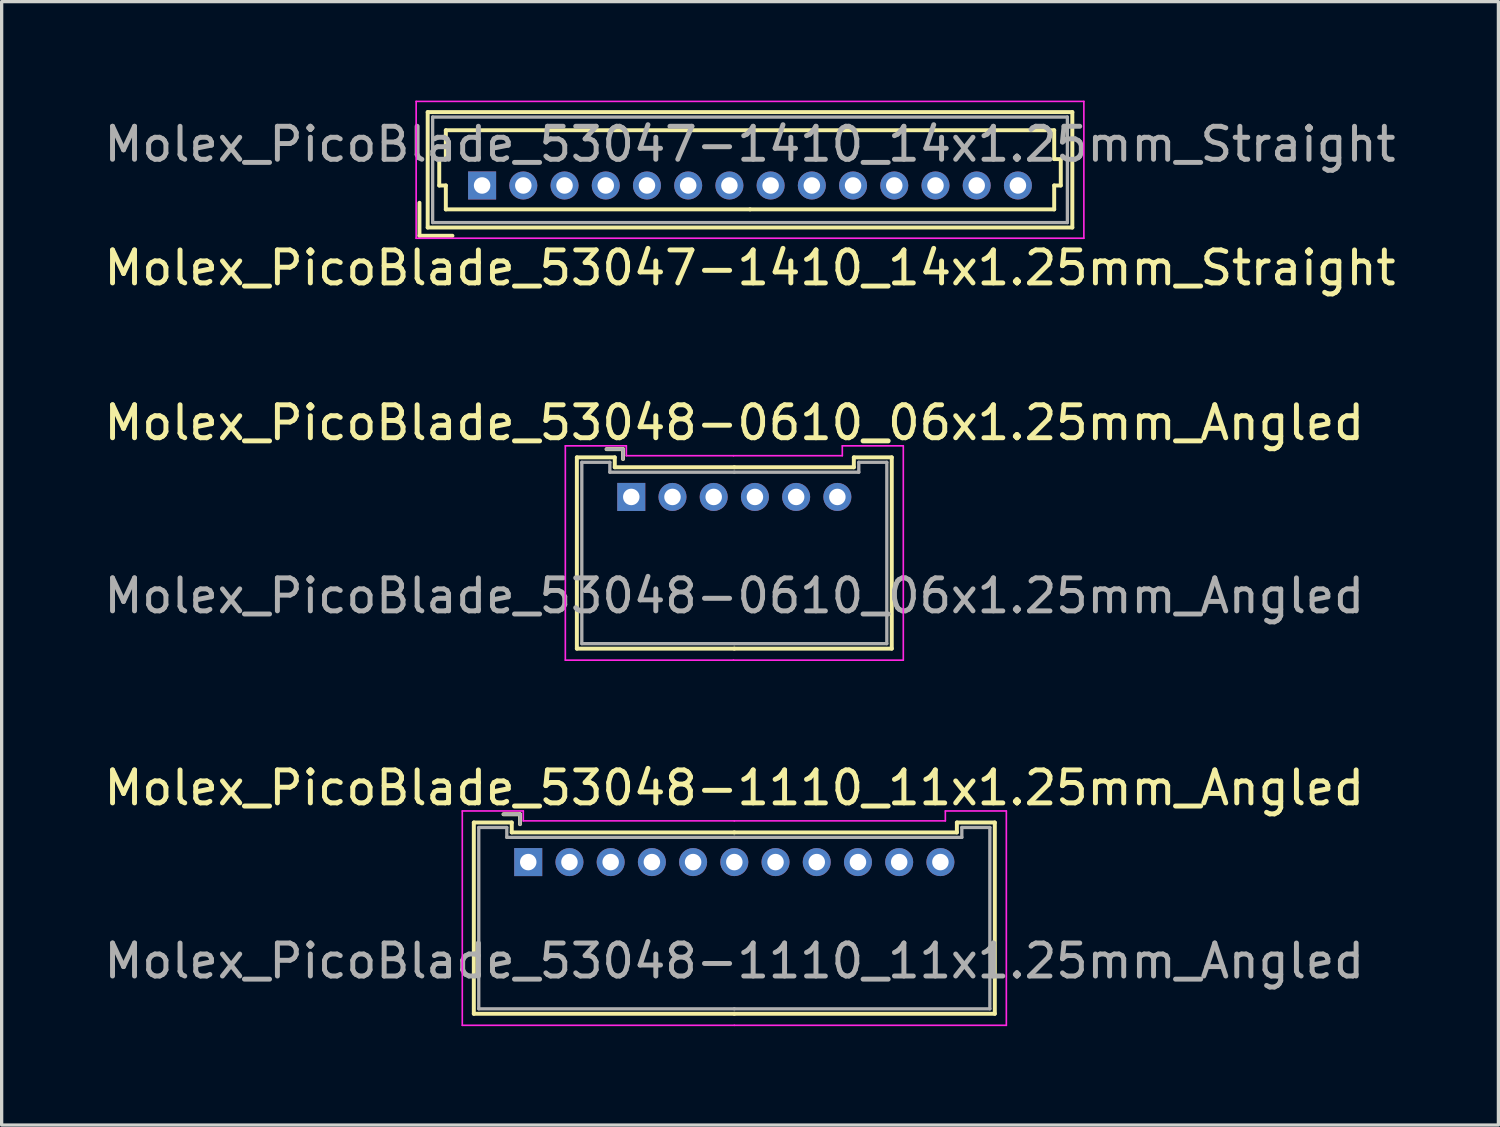
<source format=kicad_pcb>
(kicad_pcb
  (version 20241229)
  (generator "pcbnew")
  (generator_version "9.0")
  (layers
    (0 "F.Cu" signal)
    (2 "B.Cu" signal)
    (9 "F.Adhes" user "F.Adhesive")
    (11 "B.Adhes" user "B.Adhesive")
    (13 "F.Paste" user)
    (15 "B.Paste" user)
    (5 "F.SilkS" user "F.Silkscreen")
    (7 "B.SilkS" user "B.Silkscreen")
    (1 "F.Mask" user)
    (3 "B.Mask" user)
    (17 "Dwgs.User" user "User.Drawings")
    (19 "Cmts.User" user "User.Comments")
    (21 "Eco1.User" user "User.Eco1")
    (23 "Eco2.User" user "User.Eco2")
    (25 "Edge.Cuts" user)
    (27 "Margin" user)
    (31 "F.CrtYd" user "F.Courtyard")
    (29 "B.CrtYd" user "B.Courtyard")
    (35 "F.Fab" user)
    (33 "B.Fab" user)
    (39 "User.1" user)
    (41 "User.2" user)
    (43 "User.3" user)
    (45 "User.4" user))
  (footprint "Molex_PicoBlade_53048-1110_11x1.25mm_Angled"
    (layer "F.Cu")
    (at 12.97 23.095)
    (property "Reference" "Molex_PicoBlade_53048-1110_11x1.25mm_Angled" (at 6.25 -2.25 0) (layer "F.SilkS") (effects (font (size 1 1) (thickness 0.15))))
    (attr through_hole)
    (fp_line (start -1.65 -1.2) (end -1.65 4.6) (stroke (width 0.12) (type solid)) (layer "F.SilkS"))
    (fp_line (start -1.65 4.6) (end 6.25 4.6) (stroke (width 0.12) (type solid)) (layer "F.SilkS"))
    (fp_line (start -0.5 -1.2) (end -1.65 -1.2) (stroke (width 0.12) (type solid)) (layer "F.SilkS"))
    (fp_line (start -0.5 -0.9) (end -0.5 -1.2) (stroke (width 0.12) (type solid)) (layer "F.SilkS"))
    (fp_line (start -0.25 -1.45) (end -0.75 -1.45) (stroke (width 0.12) (type solid)) (layer "F.SilkS"))
    (fp_line (start -0.25 -1.15) (end -0.25 -1.45) (stroke (width 0.12) (type solid)) (layer "F.SilkS"))
    (fp_line (start 6.25 -0.9) (end -0.5 -0.9) (stroke (width 0.12) (type solid)) (layer "F.SilkS"))
    (fp_line (start 6.25 -0.9) (end 13 -0.9) (stroke (width 0.12) (type solid)) (layer "F.SilkS"))
    (fp_line (start 13 -1.2) (end 14.15 -1.2) (stroke (width 0.12) (type solid)) (layer "F.SilkS"))
    (fp_line (start 13 -0.9) (end 13 -1.2) (stroke (width 0.12) (type solid)) (layer "F.SilkS"))
    (fp_line (start 14.15 -1.2) (end 14.15 4.6) (stroke (width 0.12) (type solid)) (layer "F.SilkS"))
    (fp_line (start 14.15 4.6) (end 6.25 4.6) (stroke (width 0.12) (type solid)) (layer "F.SilkS"))
    (fp_line (start -2 -1.55) (end -2 4.95) (stroke (width 0.05) (type solid)) (layer "F.CrtYd"))
    (fp_line (start -2 4.95) (end 6.25 4.95) (stroke (width 0.05) (type solid)) (layer "F.CrtYd"))
    (fp_line (start -0.15 -1.55) (end -2 -1.55) (stroke (width 0.05) (type solid)) (layer "F.CrtYd"))
    (fp_line (start -0.15 -1.25) (end -0.15 -1.55) (stroke (width 0.05) (type solid)) (layer "F.CrtYd"))
    (fp_line (start 6.25 -1.25) (end -0.15 -1.25) (stroke (width 0.05) (type solid)) (layer "F.CrtYd"))
    (fp_line (start 6.25 -1.25) (end 12.65 -1.25) (stroke (width 0.05) (type solid)) (layer "F.CrtYd"))
    (fp_line (start 12.65 -1.55) (end 14.5 -1.55) (stroke (width 0.05) (type solid)) (layer "F.CrtYd"))
    (fp_line (start 12.65 -1.25) (end 12.65 -1.55) (stroke (width 0.05) (type solid)) (layer "F.CrtYd"))
    (fp_line (start 14.5 -1.55) (end 14.5 4.95) (stroke (width 0.05) (type solid)) (layer "F.CrtYd"))
    (fp_line (start 14.5 4.95) (end 6.25 4.95) (stroke (width 0.05) (type solid)) (layer "F.CrtYd"))
    (fp_line (start -1.5 -1.05) (end -1.5 4.45) (stroke (width 0.1) (type solid)) (layer "F.Fab"))
    (fp_line (start -1.5 4.45) (end 6.25 4.45) (stroke (width 0.1) (type solid)) (layer "F.Fab"))
    (fp_line (start -0.65 -1.05) (end -1.5 -1.05) (stroke (width 0.1) (type solid)) (layer "F.Fab"))
    (fp_line (start -0.65 -0.75) (end -0.65 -1.05) (stroke (width 0.1) (type solid)) (layer "F.Fab"))
    (fp_line (start -0.25 -1.45) (end -0.75 -1.45) (stroke (width 0.1) (type solid)) (layer "F.Fab"))
    (fp_line (start -0.25 -1.15) (end -0.25 -1.45) (stroke (width 0.1) (type solid)) (layer "F.Fab"))
    (fp_line (start 6.25 -0.75) (end -0.65 -0.75) (stroke (width 0.1) (type solid)) (layer "F.Fab"))
    (fp_line (start 6.25 -0.75) (end 13.15 -0.75) (stroke (width 0.1) (type solid)) (layer "F.Fab"))
    (fp_line (start 13.15 -1.05) (end 14 -1.05) (stroke (width 0.1) (type solid)) (layer "F.Fab"))
    (fp_line (start 13.15 -0.75) (end 13.15 -1.05) (stroke (width 0.1) (type solid)) (layer "F.Fab"))
    (fp_line (start 14 -1.05) (end 14 4.45) (stroke (width 0.1) (type solid)) (layer "F.Fab"))
    (fp_line (start 14 4.45) (end 6.25 4.45) (stroke (width 0.1) (type solid)) (layer "F.Fab"))
    (fp_text user "${REFERENCE}" (at 6.25 3 0) (layer "F.Fab") (effects (font (size 1 1) (thickness 0.15))))
    (pad "1" thru_hole rect (at 0 0) (size 0.85 0.85) (drill 0.5) (layers "*.Cu" "*.Mask"))
    (pad "2" thru_hole circle (at 1.25 0) (size 0.85 0.85) (drill 0.5) (layers "*.Cu" "*.Mask"))
    (pad "3" thru_hole circle (at 2.5 0) (size 0.85 0.85) (drill 0.5) (layers "*.Cu" "*.Mask"))
    (pad "4" thru_hole circle (at 3.75 0) (size 0.85 0.85) (drill 0.5) (layers "*.Cu" "*.Mask"))
    (pad "5" thru_hole circle (at 5 0) (size 0.85 0.85) (drill 0.5) (layers "*.Cu" "*.Mask"))
    (pad "6" thru_hole circle (at 6.25 0) (size 0.85 0.85) (drill 0.5) (layers "*.Cu" "*.Mask"))
    (pad "7" thru_hole circle (at 7.5 0) (size 0.85 0.85) (drill 0.5) (layers "*.Cu" "*.Mask"))
    (pad "8" thru_hole circle (at 8.75 0) (size 0.85 0.85) (drill 0.5) (layers "*.Cu" "*.Mask"))
    (pad "9" thru_hole circle (at 10 0) (size 0.85 0.85) (drill 0.5) (layers "*.Cu" "*.Mask"))
    (pad "10" thru_hole circle (at 11.25 0) (size 0.85 0.85) (drill 0.5) (layers "*.Cu" "*.Mask"))
    (pad "11" thru_hole circle (at 12.5 0) (size 0.85 0.85) (drill 0.5) (layers "*.Cu" "*.Mask")))
  (footprint "Molex_PicoBlade_53047-1410_14x1.25mm_Straight"
    (layer "F.Cu")
    (at 11.571 2.575)
    (property "Reference" "Molex_PicoBlade_53047-1410_14x1.25mm_Straight" (at 8.125 2.5 0) (layer "F.SilkS") (effects (font (size 1 1) (thickness 0.15))))
    (attr through_hole)
    (fp_line (start -1.9 1.525) (end -1.9 0.525) (stroke (width 0.12) (type solid)) (layer "F.SilkS"))
    (fp_line (start -1.9 1.525) (end -0.9 1.525) (stroke (width 0.12) (type solid)) (layer "F.SilkS"))
    (fp_line (start -1.65 -2.225) (end -1.65 1.275) (stroke (width 0.12) (type solid)) (layer "F.SilkS"))
    (fp_line (start -1.65 1.275) (end 17.9 1.275) (stroke (width 0.12) (type solid)) (layer "F.SilkS"))
    (fp_line (start -1.3 -0.8) (end -1.1 -0.8) (stroke (width 0.12) (type solid)) (layer "F.SilkS"))
    (fp_line (start -1.3 0) (end -1.3 -0.8) (stroke (width 0.12) (type solid)) (layer "F.SilkS"))
    (fp_line (start -1.1 -1.675) (end 8.125 -1.675) (stroke (width 0.12) (type solid)) (layer "F.SilkS"))
    (fp_line (start -1.1 -0.8) (end -1.1 -1.675) (stroke (width 0.12) (type solid)) (layer "F.SilkS"))
    (fp_line (start -1.1 0) (end -1.3 0) (stroke (width 0.12) (type solid)) (layer "F.SilkS"))
    (fp_line (start -1.1 0.725) (end -1.1 0) (stroke (width 0.12) (type solid)) (layer "F.SilkS"))
    (fp_line (start 8.125 0.725) (end -1.1 0.725) (stroke (width 0.12) (type solid)) (layer "F.SilkS"))
    (fp_line (start 8.125 0.725) (end 17.35 0.725) (stroke (width 0.12) (type solid)) (layer "F.SilkS"))
    (fp_line (start 17.35 -1.675) (end 8.125 -1.675) (stroke (width 0.12) (type solid)) (layer "F.SilkS"))
    (fp_line (start 17.35 -0.8) (end 17.35 -1.675) (stroke (width 0.12) (type solid)) (layer "F.SilkS"))
    (fp_line (start 17.35 0) (end 17.55 0) (stroke (width 0.12) (type solid)) (layer "F.SilkS"))
    (fp_line (start 17.35 0.725) (end 17.35 0) (stroke (width 0.12) (type solid)) (layer "F.SilkS"))
    (fp_line (start 17.55 -0.8) (end 17.35 -0.8) (stroke (width 0.12) (type solid)) (layer "F.SilkS"))
    (fp_line (start 17.55 0) (end 17.55 -0.8) (stroke (width 0.12) (type solid)) (layer "F.SilkS"))
    (fp_line (start 17.9 -2.225) (end -1.65 -2.225) (stroke (width 0.12) (type solid)) (layer "F.SilkS"))
    (fp_line (start 17.9 1.275) (end 17.9 -2.225) (stroke (width 0.12) (type solid)) (layer "F.SilkS"))
    (fp_line (start -2 -2.55) (end -2 1.6) (stroke (width 0.05) (type solid)) (layer "F.CrtYd"))
    (fp_line (start -2 1.6) (end 18.25 1.6) (stroke (width 0.05) (type solid)) (layer "F.CrtYd"))
    (fp_line (start 18.25 -2.55) (end -2 -2.55) (stroke (width 0.05) (type solid)) (layer "F.CrtYd"))
    (fp_line (start 18.25 1.6) (end 18.25 -2.55) (stroke (width 0.05) (type solid)) (layer "F.CrtYd"))
    (fp_line (start -1.5 -2.075) (end -1.5 1.125) (stroke (width 0.1) (type solid)) (layer "F.Fab"))
    (fp_line (start -1.5 1.125) (end 17.75 1.125) (stroke (width 0.1) (type solid)) (layer "F.Fab"))
    (fp_line (start 17.75 -2.075) (end -1.5 -2.075) (stroke (width 0.1) (type solid)) (layer "F.Fab"))
    (fp_line (start 17.75 1.125) (end 17.75 -2.075) (stroke (width 0.1) (type solid)) (layer "F.Fab"))
    (fp_text user "${REFERENCE}" (at 8.125 -1.25 0) (layer "F.Fab") (effects (font (size 1 1) (thickness 0.15))))
    (pad "1" thru_hole rect (at 0 0) (size 0.85 0.85) (drill 0.5) (layers "*.Cu" "*.Mask"))
    (pad "2" thru_hole circle (at 1.25 0) (size 0.85 0.85) (drill 0.5) (layers "*.Cu" "*.Mask"))
    (pad "3" thru_hole circle (at 2.5 0) (size 0.85 0.85) (drill 0.5) (layers "*.Cu" "*.Mask"))
    (pad "4" thru_hole circle (at 3.75 0) (size 0.85 0.85) (drill 0.5) (layers "*.Cu" "*.Mask"))
    (pad "5" thru_hole circle (at 5 0) (size 0.85 0.85) (drill 0.5) (layers "*.Cu" "*.Mask"))
    (pad "6" thru_hole circle (at 6.25 0) (size 0.85 0.85) (drill 0.5) (layers "*.Cu" "*.Mask"))
    (pad "7" thru_hole circle (at 7.5 0) (size 0.85 0.85) (drill 0.5) (layers "*.Cu" "*.Mask"))
    (pad "8" thru_hole circle (at 8.75 0) (size 0.85 0.85) (drill 0.5) (layers "*.Cu" "*.Mask"))
    (pad "9" thru_hole circle (at 10 0) (size 0.85 0.85) (drill 0.5) (layers "*.Cu" "*.Mask"))
    (pad "10" thru_hole circle (at 11.25 0) (size 0.85 0.85) (drill 0.5) (layers "*.Cu" "*.Mask"))
    (pad "11" thru_hole circle (at 12.5 0) (size 0.85 0.85) (drill 0.5) (layers "*.Cu" "*.Mask"))
    (pad "12" thru_hole circle (at 13.75 0) (size 0.85 0.85) (drill 0.5) (layers "*.Cu" "*.Mask"))
    (pad "13" thru_hole circle (at 15 0) (size 0.85 0.85) (drill 0.5) (layers "*.Cu" "*.Mask"))
    (pad "14" thru_hole circle (at 16.25 0) (size 0.85 0.85) (drill 0.5) (layers "*.Cu" "*.Mask")))
  (footprint "Molex_PicoBlade_53048-0610_06x1.25mm_Angled"
    (layer "F.Cu")
    (at 16.095 12.021)
    (property "Reference" "Molex_PicoBlade_53048-0610_06x1.25mm_Angled" (at 3.125 -2.25 0) (layer "F.SilkS") (effects (font (size 1 1) (thickness 0.15))))
    (attr through_hole)
    (fp_line (start -1.65 -1.2) (end -1.65 4.6) (stroke (width 0.12) (type solid)) (layer "F.SilkS"))
    (fp_line (start -1.65 4.6) (end 3.125 4.6) (stroke (width 0.12) (type solid)) (layer "F.SilkS"))
    (fp_line (start -0.5 -1.2) (end -1.65 -1.2) (stroke (width 0.12) (type solid)) (layer "F.SilkS"))
    (fp_line (start -0.5 -0.9) (end -0.5 -1.2) (stroke (width 0.12) (type solid)) (layer "F.SilkS"))
    (fp_line (start -0.25 -1.45) (end -0.75 -1.45) (stroke (width 0.12) (type solid)) (layer "F.SilkS"))
    (fp_line (start -0.25 -1.15) (end -0.25 -1.45) (stroke (width 0.12) (type solid)) (layer "F.SilkS"))
    (fp_line (start 3.125 -0.9) (end -0.5 -0.9) (stroke (width 0.12) (type solid)) (layer "F.SilkS"))
    (fp_line (start 3.125 -0.9) (end 6.75 -0.9) (stroke (width 0.12) (type solid)) (layer "F.SilkS"))
    (fp_line (start 6.75 -1.2) (end 7.9 -1.2) (stroke (width 0.12) (type solid)) (layer "F.SilkS"))
    (fp_line (start 6.75 -0.9) (end 6.75 -1.2) (stroke (width 0.12) (type solid)) (layer "F.SilkS"))
    (fp_line (start 7.9 -1.2) (end 7.9 4.6) (stroke (width 0.12) (type solid)) (layer "F.SilkS"))
    (fp_line (start 7.9 4.6) (end 3.125 4.6) (stroke (width 0.12) (type solid)) (layer "F.SilkS"))
    (fp_line (start -2 -1.55) (end -2 4.95) (stroke (width 0.05) (type solid)) (layer "F.CrtYd"))
    (fp_line (start -2 4.95) (end 3.1 4.95) (stroke (width 0.05) (type solid)) (layer "F.CrtYd"))
    (fp_line (start -0.15 -1.55) (end -2 -1.55) (stroke (width 0.05) (type solid)) (layer "F.CrtYd"))
    (fp_line (start -0.15 -1.25) (end -0.15 -1.55) (stroke (width 0.05) (type solid)) (layer "F.CrtYd"))
    (fp_line (start 3.1 -1.25) (end -0.15 -1.25) (stroke (width 0.05) (type solid)) (layer "F.CrtYd"))
    (fp_line (start 3.1 -1.25) (end 6.4 -1.25) (stroke (width 0.05) (type solid)) (layer "F.CrtYd"))
    (fp_line (start 6.4 -1.55) (end 8.25 -1.55) (stroke (width 0.05) (type solid)) (layer "F.CrtYd"))
    (fp_line (start 6.4 -1.25) (end 6.4 -1.55) (stroke (width 0.05) (type solid)) (layer "F.CrtYd"))
    (fp_line (start 8.25 -1.55) (end 8.25 4.95) (stroke (width 0.05) (type solid)) (layer "F.CrtYd"))
    (fp_line (start 8.25 4.95) (end 3.1 4.95) (stroke (width 0.05) (type solid)) (layer "F.CrtYd"))
    (fp_line (start -1.5 -1.05) (end -1.5 4.45) (stroke (width 0.1) (type solid)) (layer "F.Fab"))
    (fp_line (start -1.5 4.45) (end 3.125 4.45) (stroke (width 0.1) (type solid)) (layer "F.Fab"))
    (fp_line (start -0.65 -1.05) (end -1.5 -1.05) (stroke (width 0.1) (type solid)) (layer "F.Fab"))
    (fp_line (start -0.65 -0.75) (end -0.65 -1.05) (stroke (width 0.1) (type solid)) (layer "F.Fab"))
    (fp_line (start -0.25 -1.45) (end -0.75 -1.45) (stroke (width 0.1) (type solid)) (layer "F.Fab"))
    (fp_line (start -0.25 -1.15) (end -0.25 -1.45) (stroke (width 0.1) (type solid)) (layer "F.Fab"))
    (fp_line (start 3.125 -0.75) (end -0.65 -0.75) (stroke (width 0.1) (type solid)) (layer "F.Fab"))
    (fp_line (start 3.125 -0.75) (end 6.9 -0.75) (stroke (width 0.1) (type solid)) (layer "F.Fab"))
    (fp_line (start 6.9 -1.05) (end 7.75 -1.05) (stroke (width 0.1) (type solid)) (layer "F.Fab"))
    (fp_line (start 6.9 -0.75) (end 6.9 -1.05) (stroke (width 0.1) (type solid)) (layer "F.Fab"))
    (fp_line (start 7.75 -1.05) (end 7.75 4.45) (stroke (width 0.1) (type solid)) (layer "F.Fab"))
    (fp_line (start 7.75 4.45) (end 3.125 4.45) (stroke (width 0.1) (type solid)) (layer "F.Fab"))
    (fp_text user "${REFERENCE}" (at 3.125 3 0) (layer "F.Fab") (effects (font (size 1 1) (thickness 0.15))))
    (pad "1" thru_hole rect (at 0 0) (size 0.85 0.85) (drill 0.5) (layers "*.Cu" "*.Mask"))
    (pad "2" thru_hole circle (at 1.25 0) (size 0.85 0.85) (drill 0.5) (layers "*.Cu" "*.Mask"))
    (pad "3" thru_hole circle (at 2.5 0) (size 0.85 0.85) (drill 0.5) (layers "*.Cu" "*.Mask"))
    (pad "4" thru_hole circle (at 3.75 0) (size 0.85 0.85) (drill 0.5) (layers "*.Cu" "*.Mask"))
    (pad "5" thru_hole circle (at 5 0) (size 0.85 0.85) (drill 0.5) (layers "*.Cu" "*.Mask"))
    (pad "6" thru_hole circle (at 6.25 0) (size 0.85 0.85) (drill 0.5) (layers "*.Cu" "*.Mask")))
  (gr_rect
    (start -3 -3)
    (end 42.393 31.07)
    (stroke (width 0.1) (type default))
    (fill no)
    (layer "Edge.Cuts")))
</source>
